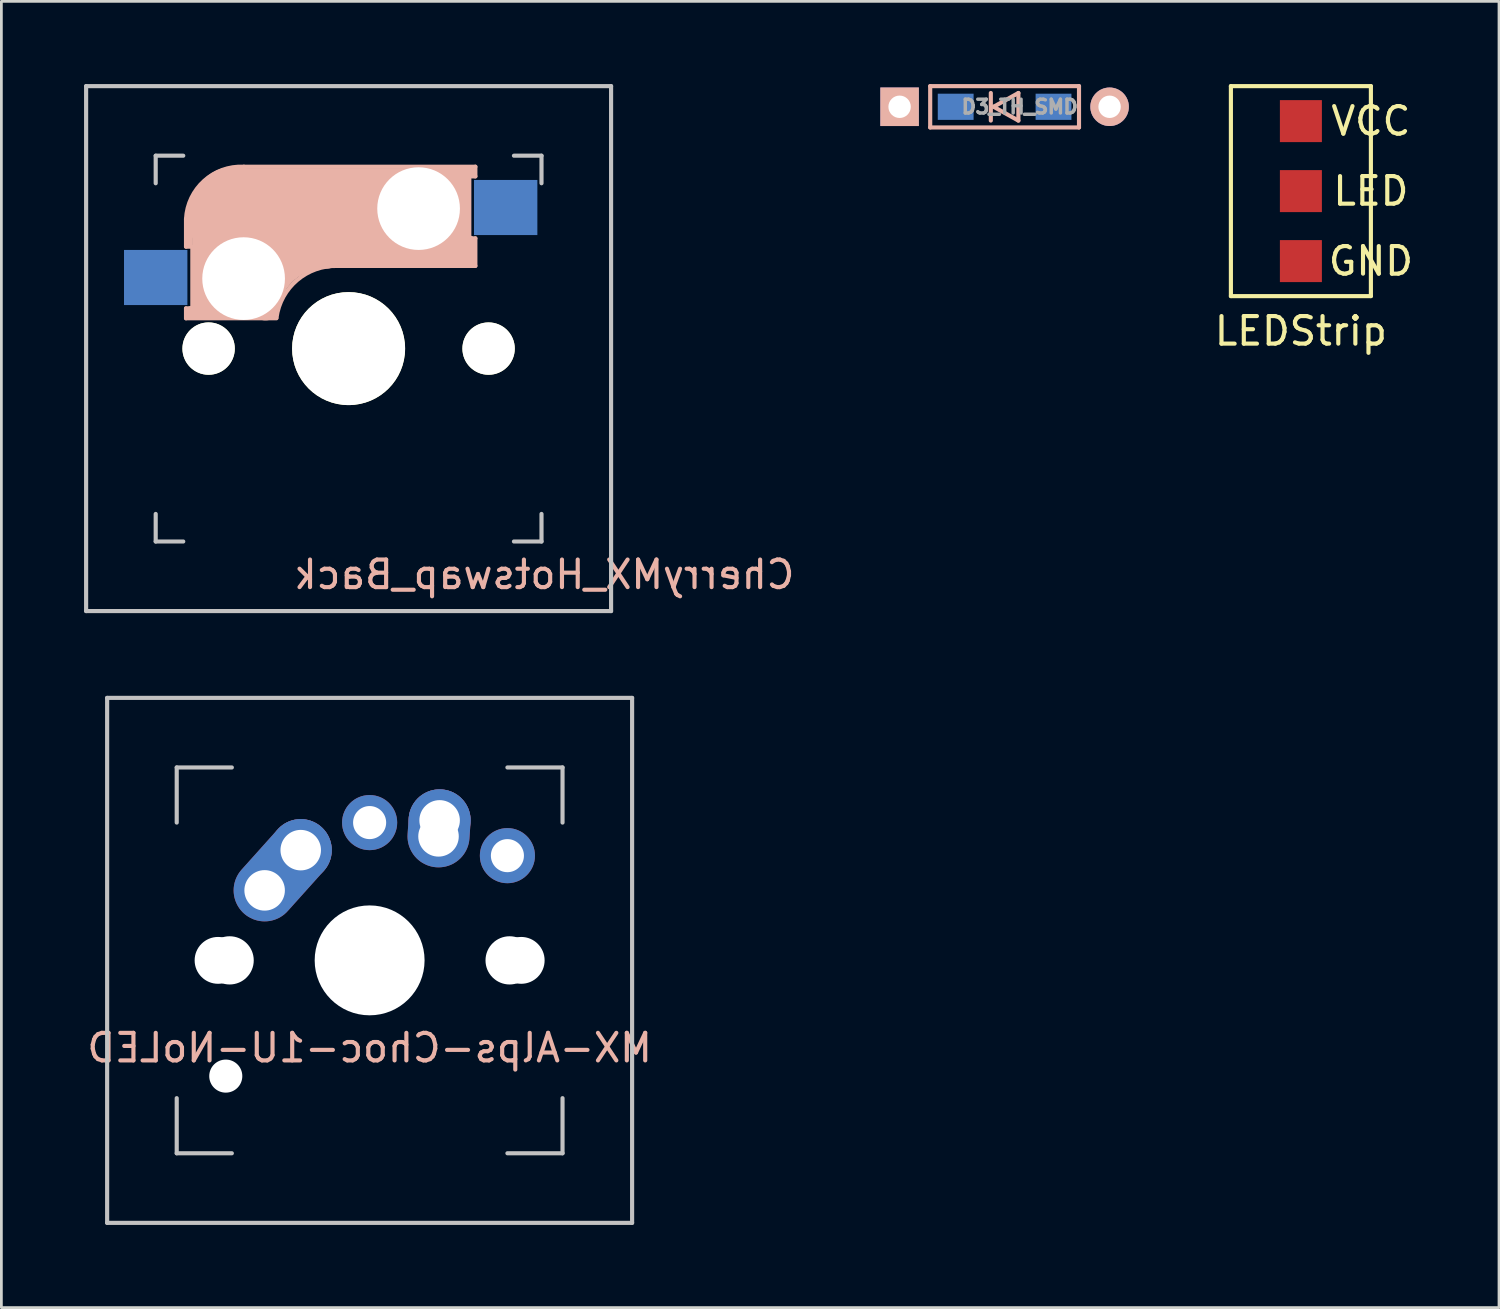
<source format=kicad_pcb>
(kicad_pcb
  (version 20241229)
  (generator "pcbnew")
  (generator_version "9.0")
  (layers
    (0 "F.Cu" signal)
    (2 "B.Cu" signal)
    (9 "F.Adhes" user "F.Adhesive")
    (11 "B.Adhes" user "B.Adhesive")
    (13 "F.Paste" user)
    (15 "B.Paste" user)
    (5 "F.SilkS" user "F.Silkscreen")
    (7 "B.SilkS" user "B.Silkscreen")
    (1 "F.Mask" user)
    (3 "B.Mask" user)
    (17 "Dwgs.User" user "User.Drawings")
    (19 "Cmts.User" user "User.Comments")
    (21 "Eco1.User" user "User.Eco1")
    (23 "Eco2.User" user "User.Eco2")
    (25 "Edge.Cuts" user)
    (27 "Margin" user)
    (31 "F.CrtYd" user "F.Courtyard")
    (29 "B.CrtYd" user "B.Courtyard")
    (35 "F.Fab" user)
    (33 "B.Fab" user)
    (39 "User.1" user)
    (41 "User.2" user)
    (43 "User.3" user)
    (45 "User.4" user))
  (footprint "MX-Alps-Choc-1U-NoLED"
    (layer "F.Cu")
    (at 10.363 31.8)
    (property "Reference" "MX-Alps-Choc-1U-NoLED" (at 0 3.175 0) (layer "B.SilkS") (effects (font (size 1 1) (thickness 0.15)) (justify mirror)))
    (attr through_hole)
    (fp_line (start -9.525 -9.525) (end 9.525 -9.525) (stroke (width 0.15) (type solid)) (layer "Dwgs.User"))
    (fp_line (start -9.525 9.525) (end -9.525 -9.525) (stroke (width 0.15) (type solid)) (layer "Dwgs.User"))
    (fp_line (start -7 -7) (end -7 -5) (stroke (width 0.15) (type solid)) (layer "Dwgs.User"))
    (fp_line (start -7 5) (end -7 7) (stroke (width 0.15) (type solid)) (layer "Dwgs.User"))
    (fp_line (start -7 7) (end -5 7) (stroke (width 0.15) (type solid)) (layer "Dwgs.User"))
    (fp_line (start -5 -7) (end -7 -7) (stroke (width 0.15) (type solid)) (layer "Dwgs.User"))
    (fp_line (start 5 -7) (end 7 -7) (stroke (width 0.15) (type solid)) (layer "Dwgs.User"))
    (fp_line (start 5 7) (end 7 7) (stroke (width 0.15) (type solid)) (layer "Dwgs.User"))
    (fp_line (start 7 -7) (end 7 -5) (stroke (width 0.15) (type solid)) (layer "Dwgs.User"))
    (fp_line (start 7 7) (end 7 5) (stroke (width 0.15) (type solid)) (layer "Dwgs.User"))
    (fp_line (start 9.525 -9.525) (end 9.525 9.525) (stroke (width 0.15) (type solid)) (layer "Dwgs.User"))
    (fp_line (start 9.525 9.525) (end -9.525 9.525) (stroke (width 0.15) (type solid)) (layer "Dwgs.User"))
    (pad "" np_thru_hole circle (at -5.5 0 48.1) (size 1.7 1.7) (drill 1.7) (layers "*.Cu" "*.Mask"))
    (pad "" np_thru_hole circle (at -5.22 4.2 48.1) (size 1.2 1.2) (drill 1.2) (layers "*.Cu" "*.Mask"))
    (pad "" np_thru_hole circle (at -5.08 0 48.1) (size 1.75 1.75) (drill 1.75) (layers "*.Cu" "*.Mask"))
    (pad "" np_thru_hole circle (at 0 0) (size 3.988 3.988) (drill 3.988) (layers "*.Cu" "*.Mask"))
    (pad "" np_thru_hole circle (at 5.08 0 48.1) (size 1.75 1.75) (drill 1.75) (layers "*.Cu" "*.Mask"))
    (pad "" np_thru_hole circle (at 5.5 0 48.1) (size 1.7 1.7) (drill 1.7) (layers "*.Cu" "*.Mask"))
    (pad "1" thru_hole oval (at 2.5 -4.5 86.1) (size 2.831 2.25) (drill 1.47 (offset 0.291 0)) (layers "*.Cu" "*.Mask"))
    (pad "1" thru_hole circle (at 2.54 -5.08) (size 2.25 2.25) (drill 1.47) (layers "*.Cu" "*.Mask"))
    (pad "1" thru_hole circle (at 5 -3.8) (size 2 2) (drill 1.2) (layers "*.Cu" "*.Mask"))
    (pad "2" thru_hole oval (at -3.81 -2.54 48.1) (size 4.212 2.25) (drill 1.47 (offset 0.981 0)) (layers "*.Cu" "*.Mask"))
    (pad "2" thru_hole circle (at -2.5 -4) (size 2.25 2.25) (drill 1.47) (layers "*.Cu" "*.Mask"))
    (pad "2" thru_hole circle (at 0 -5) (size 2 2) (drill 1.2) (layers "*.Cu" "*.Mask")))
  (footprint "LEDStrip"
    (layer "F.Cu")
    (at 44.157 7.695)
    (property "Reference" "LEDStrip" (at 0 1.27 0) (layer "F.SilkS") (effects (font (size 1 1) (thickness 0.15))))
    (attr through_hole)
    (fp_line (start -2.54 -7.62) (end 2.54 -7.62) (stroke (width 0.15) (type solid)) (layer "F.SilkS"))
    (fp_line (start -2.54 0) (end -2.54 -7.62) (stroke (width 0.15) (type solid)) (layer "F.SilkS"))
    (fp_line (start 2.54 -7.62) (end 2.54 0) (stroke (width 0.15) (type solid)) (layer "F.SilkS"))
    (fp_line (start 2.54 0) (end -2.54 0) (stroke (width 0.15) (type solid)) (layer "F.SilkS"))
    (fp_text user "LED" (at 2.54 -3.81 0) (layer "F.SilkS") (effects (font (size 1 1) (thickness 0.15))))
    (fp_text user "GND" (at 2.54 -1.27 0) (layer "F.SilkS") (effects (font (size 1 1) (thickness 0.15))))
    (fp_text user "VCC" (at 2.54 -6.35 0) (layer "F.SilkS") (effects (font (size 1 1) (thickness 0.15))))
    (pad "1" smd rect (at 0 -6.35) (size 1.524 1.524) (layers "F.Cu" "F.Mask" "F.Paste"))
    (pad "2" smd rect (at 0 -3.81) (size 1.524 1.524) (layers "F.Cu" "F.Mask" "F.Paste"))
    (pad "3" smd rect (at 0 -1.27) (size 1.524 1.524) (layers "F.Cu" "F.Mask" "F.Paste")))
  (footprint "D3_TH_SMD"
    (layer "F.Cu")
    (at 33.405 0.825)
    (property "Reference" "D3_TH_SMD" (at 0.55 0 0) (layer "F.Fab") (effects (font (size 0.5 0.5) (thickness 0.125))))
    (attr through_hole)
    (fp_line (start -2.7 -0.75) (end -2.7 0.75) (stroke (width 0.15) (type solid)) (layer "B.SilkS"))
    (fp_line (start -2.7 0.75) (end 2.7 0.75) (stroke (width 0.15) (type solid)) (layer "B.SilkS"))
    (fp_line (start -0.5 -0.5) (end -0.5 0.5) (stroke (width 0.15) (type solid)) (layer "B.SilkS"))
    (fp_line (start -0.4 0) (end 0.5 -0.5) (stroke (width 0.15) (type solid)) (layer "B.SilkS"))
    (fp_line (start 0.5 -0.5) (end 0.5 0.5) (stroke (width 0.15) (type solid)) (layer "B.SilkS"))
    (fp_line (start 0.5 0.5) (end -0.4 0) (stroke (width 0.15) (type solid)) (layer "B.SilkS"))
    (fp_line (start 2.7 -0.75) (end -2.7 -0.75) (stroke (width 0.15) (type solid)) (layer "B.SilkS"))
    (fp_line (start 2.7 0.75) (end 2.7 -0.75) (stroke (width 0.15) (type solid)) (layer "B.SilkS"))
    (pad "1" thru_hole rect (at -3.81 0) (size 1.397 1.397) (drill 0.813) (layers "*.Cu" "*.Mask" "B.SilkS"))
    (pad "1" smd rect (at -1.775 0) (size 1.3 0.95) (layers "B.Cu" "B.Mask" "B.Paste"))
    (pad "2" smd rect (at 1.775 0) (size 1.3 0.95) (layers "B.Cu" "B.Mask" "B.Paste"))
    (pad "2" thru_hole circle (at 3.81 0) (size 1.397 1.397) (drill 0.813) (layers "*.Cu" "*.Mask" "B.SilkS")))
  (footprint "CherryMX_Hotswap_Back"
    (layer "F.Cu")
    (at 9.6 9.6)
    (property "Reference" "CherryMX_Hotswap_Back" (at 7.1 8.2 0) (layer "B.SilkS") (effects (font (size 1 1) (thickness 0.15)) (justify mirror)))
    (attr through_hole)
    (fp_line (start -5.9 -4.7) (end -5.9 -3.7) (stroke (width 0.15) (type solid)) (layer "B.SilkS"))
    (fp_line (start -5.9 -3.7) (end -5.7 -3.7) (stroke (width 0.15) (type solid)) (layer "B.SilkS"))
    (fp_line (start -5.9 -1.1) (end -5.9 -1.46) (stroke (width 0.15) (type solid)) (layer "B.SilkS"))
    (fp_line (start -5.9 -1.1) (end -2.62 -1.1) (stroke (width 0.15) (type solid)) (layer "B.SilkS"))
    (fp_line (start -5.8 -3.8) (end -5.8 -4.7) (stroke (width 0.3) (type solid)) (layer "B.SilkS"))
    (fp_line (start -5.7 -1.46) (end -5.9 -1.46) (stroke (width 0.15) (type solid)) (layer "B.SilkS"))
    (fp_line (start -5.7 -1.3) (end -3 -1.3) (stroke (width 0.5) (type solid)) (layer "B.SilkS"))
    (fp_line (start -5.67 -3.7) (end -5.67 -1.46) (stroke (width 0.15) (type solid)) (layer "B.SilkS"))
    (fp_line (start -5.3 -1.6) (end -5.3 -3.4) (stroke (width 0.8) (type solid)) (layer "B.SilkS"))
    (fp_line (start -4.17 -5.1) (end -4.17 -2.86) (stroke (width 3) (type solid)) (layer "B.SilkS"))
    (fp_line (start -0.4 -3) (end 4.6 -3) (stroke (width 0.15) (type solid)) (layer "B.SilkS"))
    (fp_line (start 2.6 -4.8) (end -4.1 -4.8) (stroke (width 3.5) (type solid)) (layer "B.SilkS"))
    (fp_line (start 3.9 -6) (end 3.9 -3.5) (stroke (width 1) (type solid)) (layer "B.SilkS"))
    (fp_line (start 4.3 -3.3) (end 2.9 -3.3) (stroke (width 0.5) (type solid)) (layer "B.SilkS"))
    (fp_line (start 4.38 -4) (end 4.38 -6.25) (stroke (width 0.15) (type solid)) (layer "B.SilkS"))
    (fp_line (start 4.4 -6.4) (end 3 -6.4) (stroke (width 0.4) (type solid)) (layer "B.SilkS"))
    (fp_line (start 4.4 -6.25) (end 4.6 -6.25) (stroke (width 0.15) (type solid)) (layer "B.SilkS"))
    (fp_line (start 4.4 -3.9) (end 4.4 -3.2) (stroke (width 0.4) (type solid)) (layer "B.SilkS"))
    (fp_line (start 4.6 -6.6) (end -3.8 -6.6) (stroke (width 0.15) (type solid)) (layer "B.SilkS"))
    (fp_line (start 4.6 -6.25) (end 4.6 -6.6) (stroke (width 0.15) (type solid)) (layer "B.SilkS"))
    (fp_line (start 4.6 -4) (end 4.4 -4) (stroke (width 0.15) (type solid)) (layer "B.SilkS"))
    (fp_line (start 4.6 -3) (end 4.6 -4) (stroke (width 0.15) (type solid)) (layer "B.SilkS"))
    (fp_arc (start -5.9 -4.699999) (mid -5.243504 -6.084924) (end -3.800001 -6.6) (stroke (width 0.15) (type solid)) (layer "B.SilkS"))
    (fp_arc (start -3.016318 -1.521471) (mid -2.268709 -2.886118) (end -0.8 -3.4) (stroke (width 1) (type solid)) (layer "B.SilkS"))
    (fp_arc (start -2.616318 -1.121471) (mid -1.868709 -2.486118) (end -0.4 -3) (stroke (width 0.15) (type solid)) (layer "B.SilkS"))
    (fp_line (start -9.525 -9.525) (end 9.525 -9.525) (stroke (width 0.15) (type solid)) (layer "Dwgs.User"))
    (fp_line (start -9.525 9.525) (end -9.525 -9.525) (stroke (width 0.15) (type solid)) (layer "Dwgs.User"))
    (fp_line (start -7 -7) (end -6 -7) (stroke (width 0.15) (type solid)) (layer "Dwgs.User"))
    (fp_line (start -7 -6) (end -7 -7) (stroke (width 0.15) (type solid)) (layer "Dwgs.User"))
    (fp_line (start -7 6) (end -7 7) (stroke (width 0.15) (type solid)) (layer "Dwgs.User"))
    (fp_line (start -7 7) (end -6 7) (stroke (width 0.15) (type solid)) (layer "Dwgs.User"))
    (fp_line (start 6 7) (end 7 7) (stroke (width 0.15) (type solid)) (layer "Dwgs.User"))
    (fp_line (start 7 -7) (end 6 -7) (stroke (width 0.15) (type solid)) (layer "Dwgs.User"))
    (fp_line (start 7 -7) (end 7 -6) (stroke (width 0.15) (type solid)) (layer "Dwgs.User"))
    (fp_line (start 7 7) (end 7 6) (stroke (width 0.15) (type solid)) (layer "Dwgs.User"))
    (fp_line (start 9.525 -9.525) (end 9.525 9.525) (stroke (width 0.15) (type solid)) (layer "Dwgs.User"))
    (fp_line (start 9.525 9.525) (end -9.525 9.525) (stroke (width 0.15) (type solid)) (layer "Dwgs.User"))
    (pad "" np_thru_hole circle (at -5.08 0) (size 1.9 1.9) (drill 1.9) (layers "*.Cu" "*.Mask" "F.SilkS"))
    (pad "" np_thru_hole circle (at -3.81 -2.54 180) (size 3 3) (drill 3) (layers "*.Cu" "*.Mask"))
    (pad "" np_thru_hole circle (at 0 0 90) (size 4.1 4.1) (drill 4.1) (layers "*.Cu" "*.Mask" "F.SilkS"))
    (pad "" np_thru_hole circle (at 2.54 -5.08 180) (size 3 3) (drill 3) (layers "*.Cu" "*.Mask"))
    (pad "" np_thru_hole circle (at 5.08 0) (size 1.9 1.9) (drill 1.9) (layers "*.Cu" "*.Mask" "F.SilkS"))
    (pad "1" smd rect (at -7 -2.58 180) (size 2.3 2) (layers "B.Cu" "B.Mask" "B.Paste"))
    (pad "2" smd rect (at 5.7 -5.12 180) (size 2.3 2) (layers "B.Cu" "B.Mask" "B.Paste")))
  (gr_rect
    (start -3 -3)
    (end 51.346 44.4)
    (stroke (width 0.1) (type default))
    (fill no)
    (layer "Edge.Cuts")))
</source>
